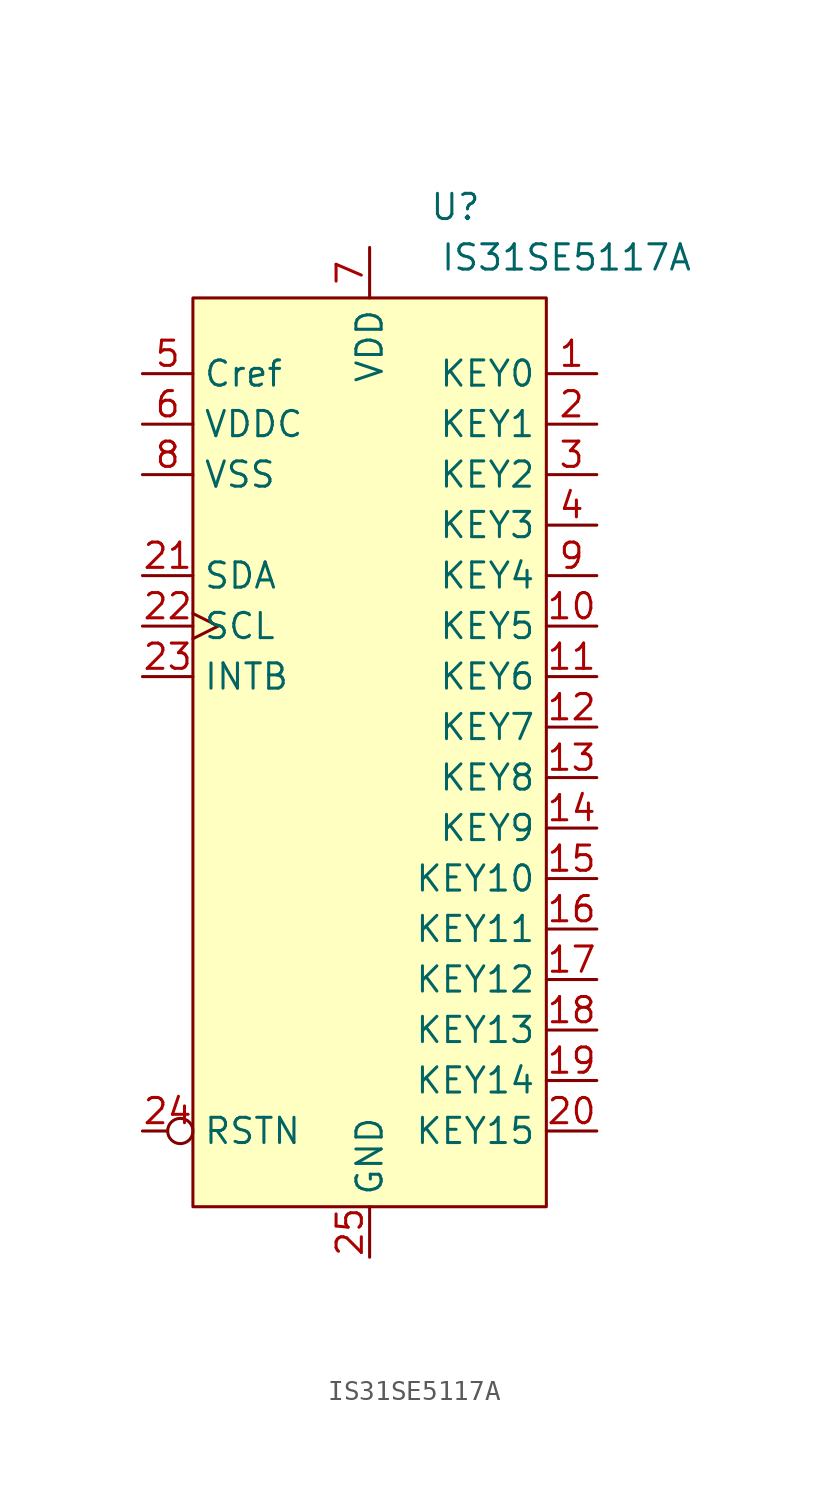
<source format=kicad_sym>
(kicad_symbol_lib
  (version 20231120)
  (generator "kicad_symbol_editor")
  (generator_version "8.0")
  (symbol "IS31SE5117A"
    (property "Reference" "U"
      (at 4.318 27.432 0)
      (effects (font (size 1.27 1.27))))
    (property "Value" "IS31SE5117A"
      (at 9.906 24.892 0)
      (effects (font (size 1.27 1.27))))
    (symbol "IS31SE5117A_1_1"
      (rectangle (start -8.89 22.86) (end 8.89 -22.86) (stroke (width 0) (type default)) (fill (type background)))
      (pin input line (at 11.43 19.05 180) (length 2.54) (name "KEY0" (effects (font (size 1.27 1.27)))) (number "1" (effects (font (size 1.27 1.27)))) (alternate "Buzzer" output line))
      (pin input line (at 11.43 6.35 180) (length 2.54) (name "KEY5" (effects (font (size 1.27 1.27)))) (number "10" (effects (font (size 1.27 1.27)))))
      (pin input line (at 11.43 3.81 180) (length 2.54) (name "KEY6" (effects (font (size 1.27 1.27)))) (number "11" (effects (font (size 1.27 1.27)))))
      (pin input line (at 11.43 1.27 180) (length 2.54) (name "KEY7" (effects (font (size 1.27 1.27)))) (number "12" (effects (font (size 1.27 1.27)))))
      (pin input line (at 11.43 -1.27 180) (length 2.54) (name "KEY8" (effects (font (size 1.27 1.27)))) (number "13" (effects (font (size 1.27 1.27)))))
      (pin input line (at 11.43 -3.81 180) (length 2.54) (name "KEY9" (effects (font (size 1.27 1.27)))) (number "14" (effects (font (size 1.27 1.27)))))
      (pin input line (at 11.43 -6.35 180) (length 2.54) (name "KEY10" (effects (font (size 1.27 1.27)))) (number "15" (effects (font (size 1.27 1.27)))))
      (pin input line (at 11.43 -8.89 180) (length 2.54) (name "KEY11" (effects (font (size 1.27 1.27)))) (number "16" (effects (font (size 1.27 1.27)))))
      (pin input line (at 11.43 -11.43 180) (length 2.54) (name "KEY12" (effects (font (size 1.27 1.27)))) (number "17" (effects (font (size 1.27 1.27)))) (alternate "POW" output line))
      (pin input line (at 11.43 -13.97 180) (length 2.54) (name "KEY13" (effects (font (size 1.27 1.27)))) (number "18" (effects (font (size 1.27 1.27)))))
      (pin input line (at 11.43 -16.51 180) (length 2.54) (name "KEY14" (effects (font (size 1.27 1.27)))) (number "19" (effects (font (size 1.27 1.27)))))
      (pin input line (at 11.43 16.51 180) (length 2.54) (name "KEY1" (effects (font (size 1.27 1.27)))) (number "2" (effects (font (size 1.27 1.27)))))
      (pin input line (at 11.43 -19.05 180) (length 2.54) (name "KEY15" (effects (font (size 1.27 1.27)))) (number "20" (effects (font (size 1.27 1.27)))) (alternate "AD" input line))
      (pin bidirectional line (at -11.43 8.89 0) (length 2.54) (name "SDA" (effects (font (size 1.27 1.27)))) (number "21" (effects (font (size 1.27 1.27)))))
      (pin input clock (at -11.43 6.35 0) (length 2.54) (name "SCL" (effects (font (size 1.27 1.27)))) (number "22" (effects (font (size 1.27 1.27)))))
      (pin output line (at -11.43 3.81 0) (length 2.54) (name "INTB" (effects (font (size 1.27 1.27)))) (number "23" (effects (font (size 1.27 1.27)))))
      (pin input inverted (at -11.43 -19.05 0) (length 2.54) (name "RSTN" (effects (font (size 1.27 1.27)))) (number "24" (effects (font (size 1.27 1.27)))))
      (pin power_in line (at 0 -25.4 90) (length 2.54) (name "GND" (effects (font (size 1.27 1.27)))) (number "25" (effects (font (size 1.27 1.27)))))
      (pin input line (at 11.43 13.97 180) (length 2.54) (name "KEY2" (effects (font (size 1.27 1.27)))) (number "3" (effects (font (size 1.27 1.27)))))
      (pin input line (at 11.43 11.43 180) (length 2.54) (name "KEY3" (effects (font (size 1.27 1.27)))) (number "4" (effects (font (size 1.27 1.27)))))
      (pin bidirectional line (at -11.43 19.05 0) (length 2.54) (name "Cref" (effects (font (size 1.27 1.27)))) (number "5" (effects (font (size 1.27 1.27)))))
      (pin power_out line (at -11.43 16.51 0) (length 2.54) (name "VDDC" (effects (font (size 1.27 1.27)))) (number "6" (effects (font (size 1.27 1.27)))))
      (pin power_in line (at 0 25.4 270) (length 2.54) (name "VDD" (effects (font (size 1.27 1.27)))) (number "7" (effects (font (size 1.27 1.27)))))
      (pin power_in line (at -11.43 13.97 0) (length 2.54) (name "VSS" (effects (font (size 1.27 1.27)))) (number "8" (effects (font (size 1.27 1.27)))))
      (pin input line (at 11.43 8.89 180) (length 2.54) (name "KEY4" (effects (font (size 1.27 1.27)))) (number "9" (effects (font (size 1.27 1.27))))))))
</source>
